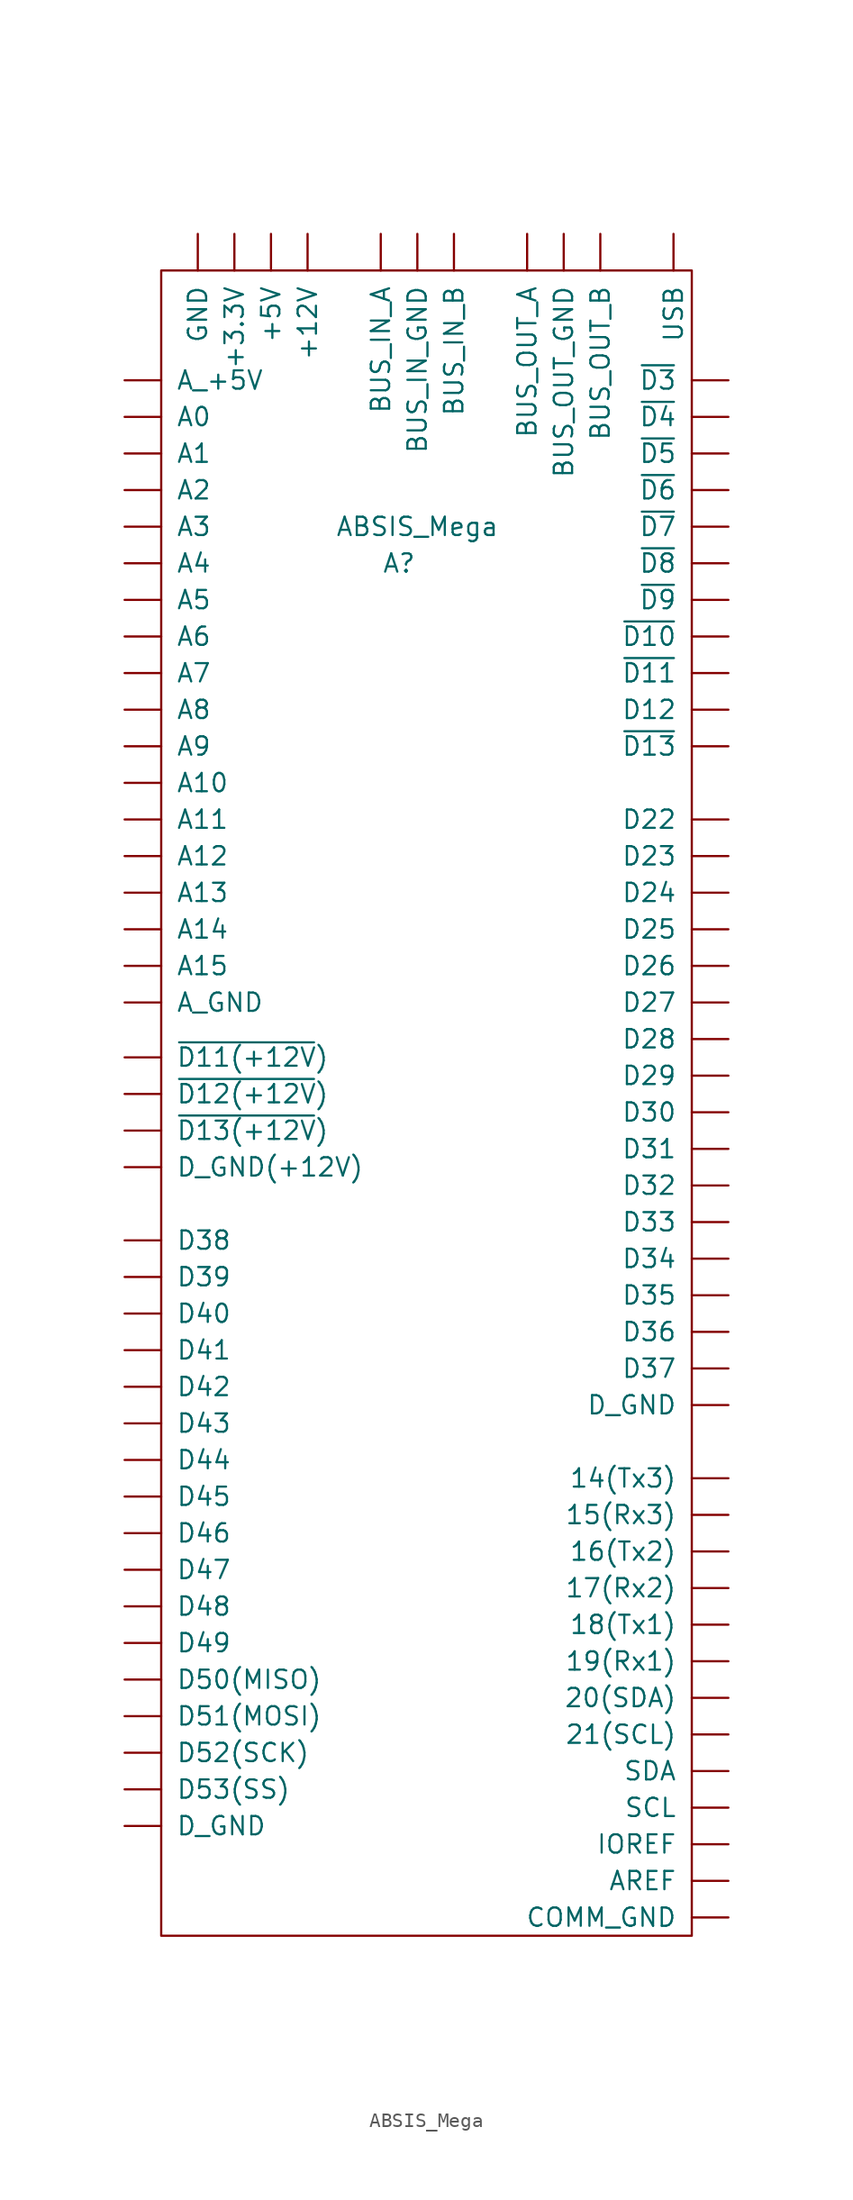
<source format=kicad_sym>
(kicad_symbol_lib
  (version 20211014)
  (generator kicad_symbol_editor)
  (symbol "ABSIS_Mega"
    (pin_names
      (offset 1.016))
    (property "Reference" "A"
      (at -2.54 31.75 0)
      (effects (font (size 1.27 1.27))))
    (property "Value" "ABSIS_Mega"
      (at -1.27 34.29 0)
      (effects (font (size 1.27 1.27))))
    (symbol "ABSIS_Mega_0_0"
      (pin power_in line (at -8.89 54.61 270) (length 2.54) (name "+12V" (effects (font (size 1.27 1.27)))) (number "~" (effects (font (size 1.27 1.27)))))
      (pin power_in line (at -13.97 54.61 270) (length 2.54) (name "+3.3V" (effects (font (size 1.27 1.27)))) (number "~" (effects (font (size 1.27 1.27)))))
      (pin power_in line (at -11.43 54.61 270) (length 2.54) (name "+5V" (effects (font (size 1.27 1.27)))) (number "~" (effects (font (size 1.27 1.27)))))
      (pin bidirectional line (at 20.32 -31.75 180) (length 2.54) (name "14(Tx3)" (effects (font (size 1.27 1.27)))) (number "~" (effects (font (size 1.27 1.27)))))
      (pin bidirectional line (at 20.32 -34.29 180) (length 2.54) (name "15(Rx3)" (effects (font (size 1.27 1.27)))) (number "~" (effects (font (size 1.27 1.27)))))
      (pin bidirectional line (at 20.32 -36.83 180) (length 2.54) (name "16(Tx2)" (effects (font (size 1.27 1.27)))) (number "~" (effects (font (size 1.27 1.27)))))
      (pin bidirectional line (at 20.32 -39.37 180) (length 2.54) (name "17(Rx2)" (effects (font (size 1.27 1.27)))) (number "~" (effects (font (size 1.27 1.27)))))
      (pin bidirectional line (at 20.32 -41.91 180) (length 2.54) (name "18(Tx1)" (effects (font (size 1.27 1.27)))) (number "~" (effects (font (size 1.27 1.27)))))
      (pin bidirectional line (at 20.32 -44.45 180) (length 2.54) (name "19(Rx1)" (effects (font (size 1.27 1.27)))) (number "~" (effects (font (size 1.27 1.27)))))
      (pin bidirectional line (at 20.32 -46.99 180) (length 2.54) (name "20(SDA)" (effects (font (size 1.27 1.27)))) (number "~" (effects (font (size 1.27 1.27)))))
      (pin bidirectional line (at 20.32 -49.53 180) (length 2.54) (name "21(SCL)" (effects (font (size 1.27 1.27)))) (number "~" (effects (font (size 1.27 1.27)))))
      (pin bidirectional line (at -21.59 41.91 0) (length 2.54) (name "A0" (effects (font (size 1.27 1.27)))) (number "~" (effects (font (size 1.27 1.27)))))
      (pin bidirectional line (at -21.59 39.37 0) (length 2.54) (name "A1" (effects (font (size 1.27 1.27)))) (number "~" (effects (font (size 1.27 1.27)))))
      (pin bidirectional line (at -21.59 16.51 0) (length 2.54) (name "A10" (effects (font (size 1.27 1.27)))) (number "~" (effects (font (size 1.27 1.27)))))
      (pin bidirectional line (at -21.59 13.97 0) (length 2.54) (name "A11" (effects (font (size 1.27 1.27)))) (number "~" (effects (font (size 1.27 1.27)))))
      (pin bidirectional line (at -21.59 11.43 0) (length 2.54) (name "A12" (effects (font (size 1.27 1.27)))) (number "~" (effects (font (size 1.27 1.27)))))
      (pin bidirectional line (at -21.59 8.89 0) (length 2.54) (name "A13" (effects (font (size 1.27 1.27)))) (number "~" (effects (font (size 1.27 1.27)))))
      (pin bidirectional line (at -21.59 6.35 0) (length 2.54) (name "A14" (effects (font (size 1.27 1.27)))) (number "~" (effects (font (size 1.27 1.27)))))
      (pin bidirectional line (at -21.59 3.81 0) (length 2.54) (name "A15" (effects (font (size 1.27 1.27)))) (number "~" (effects (font (size 1.27 1.27)))))
      (pin bidirectional line (at -21.59 36.83 0) (length 2.54) (name "A2" (effects (font (size 1.27 1.27)))) (number "~" (effects (font (size 1.27 1.27)))))
      (pin bidirectional line (at -21.59 34.29 0) (length 2.54) (name "A3" (effects (font (size 1.27 1.27)))) (number "~" (effects (font (size 1.27 1.27)))))
      (pin bidirectional line (at -21.59 31.75 0) (length 2.54) (name "A4" (effects (font (size 1.27 1.27)))) (number "~" (effects (font (size 1.27 1.27)))))
      (pin bidirectional line (at -21.59 29.21 0) (length 2.54) (name "A5" (effects (font (size 1.27 1.27)))) (number "~" (effects (font (size 1.27 1.27)))))
      (pin bidirectional line (at -21.59 26.67 0) (length 2.54) (name "A6" (effects (font (size 1.27 1.27)))) (number "~" (effects (font (size 1.27 1.27)))))
      (pin bidirectional line (at -21.59 24.13 0) (length 2.54) (name "A7" (effects (font (size 1.27 1.27)))) (number "~" (effects (font (size 1.27 1.27)))))
      (pin bidirectional line (at -21.59 21.59 0) (length 2.54) (name "A8" (effects (font (size 1.27 1.27)))) (number "~" (effects (font (size 1.27 1.27)))))
      (pin bidirectional line (at -21.59 19.05 0) (length 2.54) (name "A9" (effects (font (size 1.27 1.27)))) (number "~" (effects (font (size 1.27 1.27)))))
      (pin bidirectional line (at 20.32 -59.69 180) (length 2.54) (name "AREF" (effects (font (size 1.27 1.27)))) (number "~" (effects (font (size 1.27 1.27)))))
      (pin power_in line (at -21.59 44.45 0) (length 2.54) (name "A_+5V" (effects (font (size 1.27 1.27)))) (number "~" (effects (font (size 1.27 1.27)))))
      (pin power_out line (at -21.59 1.27 0) (length 2.54) (name "A_GND" (effects (font (size 1.27 1.27)))) (number "~" (effects (font (size 1.27 1.27)))))
      (pin bidirectional line (at -3.81 54.61 270) (length 2.54) (name "BUS_IN_A" (effects (font (size 1.27 1.27)))) (number "~" (effects (font (size 1.27 1.27)))))
      (pin bidirectional line (at 1.27 54.61 270) (length 2.54) (name "BUS_IN_B" (effects (font (size 1.27 1.27)))) (number "~" (effects (font (size 1.27 1.27)))))
      (pin power_out line (at -1.27 54.61 270) (length 2.54) (name "BUS_IN_GND" (effects (font (size 1.27 1.27)))) (number "~" (effects (font (size 1.27 1.27)))))
      (pin bidirectional line (at 6.35 54.61 270) (length 2.54) (name "BUS_OUT_A" (effects (font (size 1.27 1.27)))) (number "~" (effects (font (size 1.27 1.27)))))
      (pin bidirectional line (at 11.43 54.61 270) (length 2.54) (name "BUS_OUT_B" (effects (font (size 1.27 1.27)))) (number "~" (effects (font (size 1.27 1.27)))))
      (pin power_out line (at 8.89 54.61 270) (length 2.54) (name "BUS_OUT_GND" (effects (font (size 1.27 1.27)))) (number "~" (effects (font (size 1.27 1.27)))))
      (pin power_out line (at 20.32 -62.23 180) (length 2.54) (name "COMM_GND" (effects (font (size 1.27 1.27)))) (number "~" (effects (font (size 1.27 1.27)))))
      (pin bidirectional line (at 20.32 21.59 180) (length 2.54) (name "D12" (effects (font (size 1.27 1.27)))) (number "~" (effects (font (size 1.27 1.27)))))
      (pin bidirectional line (at 20.32 13.97 180) (length 2.54) (name "D22" (effects (font (size 1.27 1.27)))) (number "~" (effects (font (size 1.27 1.27)))))
      (pin bidirectional line (at 20.32 11.43 180) (length 2.54) (name "D23" (effects (font (size 1.27 1.27)))) (number "~" (effects (font (size 1.27 1.27)))))
      (pin bidirectional line (at 20.32 8.89 180) (length 2.54) (name "D24" (effects (font (size 1.27 1.27)))) (number "~" (effects (font (size 1.27 1.27)))))
      (pin bidirectional line (at 20.32 6.35 180) (length 2.54) (name "D25" (effects (font (size 1.27 1.27)))) (number "~" (effects (font (size 1.27 1.27)))))
      (pin bidirectional line (at 20.32 3.81 180) (length 2.54) (name "D26" (effects (font (size 1.27 1.27)))) (number "~" (effects (font (size 1.27 1.27)))))
      (pin bidirectional line (at 20.32 1.27 180) (length 2.54) (name "D27" (effects (font (size 1.27 1.27)))) (number "~" (effects (font (size 1.27 1.27)))))
      (pin bidirectional line (at 20.32 -1.27 180) (length 2.54) (name "D28" (effects (font (size 1.27 1.27)))) (number "~" (effects (font (size 1.27 1.27)))))
      (pin bidirectional line (at 20.32 -3.81 180) (length 2.54) (name "D29" (effects (font (size 1.27 1.27)))) (number "~" (effects (font (size 1.27 1.27)))))
      (pin bidirectional line (at 20.32 -6.35 180) (length 2.54) (name "D30" (effects (font (size 1.27 1.27)))) (number "~" (effects (font (size 1.27 1.27)))))
      (pin bidirectional line (at 20.32 -8.89 180) (length 2.54) (name "D31" (effects (font (size 1.27 1.27)))) (number "~" (effects (font (size 1.27 1.27)))))
      (pin bidirectional line (at 20.32 -11.43 180) (length 2.54) (name "D32" (effects (font (size 1.27 1.27)))) (number "~" (effects (font (size 1.27 1.27)))))
      (pin bidirectional line (at 20.32 -13.97 180) (length 2.54) (name "D33" (effects (font (size 1.27 1.27)))) (number "~" (effects (font (size 1.27 1.27)))))
      (pin bidirectional line (at 20.32 -16.51 180) (length 2.54) (name "D34" (effects (font (size 1.27 1.27)))) (number "~" (effects (font (size 1.27 1.27)))))
      (pin bidirectional line (at 20.32 -19.05 180) (length 2.54) (name "D35" (effects (font (size 1.27 1.27)))) (number "~" (effects (font (size 1.27 1.27)))))
      (pin bidirectional line (at 20.32 -21.59 180) (length 2.54) (name "D36" (effects (font (size 1.27 1.27)))) (number "~" (effects (font (size 1.27 1.27)))))
      (pin bidirectional line (at 20.32 -24.13 180) (length 2.54) (name "D37" (effects (font (size 1.27 1.27)))) (number "~" (effects (font (size 1.27 1.27)))))
      (pin bidirectional line (at -21.59 -15.24 0) (length 2.54) (name "D38" (effects (font (size 1.27 1.27)))) (number "~" (effects (font (size 1.27 1.27)))))
      (pin bidirectional line (at -21.59 -17.78 0) (length 2.54) (name "D39" (effects (font (size 1.27 1.27)))) (number "~" (effects (font (size 1.27 1.27)))))
      (pin bidirectional line (at -21.59 -20.32 0) (length 2.54) (name "D40" (effects (font (size 1.27 1.27)))) (number "~" (effects (font (size 1.27 1.27)))))
      (pin bidirectional line (at -21.59 -22.86 0) (length 2.54) (name "D41" (effects (font (size 1.27 1.27)))) (number "~" (effects (font (size 1.27 1.27)))))
      (pin bidirectional line (at -21.59 -25.4 0) (length 2.54) (name "D42" (effects (font (size 1.27 1.27)))) (number "~" (effects (font (size 1.27 1.27)))))
      (pin bidirectional line (at -21.59 -27.94 0) (length 2.54) (name "D43" (effects (font (size 1.27 1.27)))) (number "~" (effects (font (size 1.27 1.27)))))
      (pin bidirectional line (at -21.59 -30.48 0) (length 2.54) (name "D44" (effects (font (size 1.27 1.27)))) (number "~" (effects (font (size 1.27 1.27)))))
      (pin bidirectional line (at -21.59 -33.02 0) (length 2.54) (name "D45" (effects (font (size 1.27 1.27)))) (number "~" (effects (font (size 1.27 1.27)))))
      (pin bidirectional line (at -21.59 -35.56 0) (length 2.54) (name "D46" (effects (font (size 1.27 1.27)))) (number "~" (effects (font (size 1.27 1.27)))))
      (pin bidirectional line (at -21.59 -38.1 0) (length 2.54) (name "D47" (effects (font (size 1.27 1.27)))) (number "~" (effects (font (size 1.27 1.27)))))
      (pin bidirectional line (at -21.59 -40.64 0) (length 2.54) (name "D48" (effects (font (size 1.27 1.27)))) (number "~" (effects (font (size 1.27 1.27)))))
      (pin bidirectional line (at -21.59 -43.18 0) (length 2.54) (name "D49" (effects (font (size 1.27 1.27)))) (number "~" (effects (font (size 1.27 1.27)))))
      (pin bidirectional line (at -21.59 -45.72 0) (length 2.54) (name "D50(MISO)" (effects (font (size 1.27 1.27)))) (number "~" (effects (font (size 1.27 1.27)))))
      (pin bidirectional line (at -21.59 -48.26 0) (length 2.54) (name "D51(MOSI)" (effects (font (size 1.27 1.27)))) (number "~" (effects (font (size 1.27 1.27)))))
      (pin bidirectional line (at -21.59 -50.8 0) (length 2.54) (name "D52(SCK)" (effects (font (size 1.27 1.27)))) (number "~" (effects (font (size 1.27 1.27)))))
      (pin bidirectional line (at -21.59 -53.34 0) (length 2.54) (name "D53(SS)" (effects (font (size 1.27 1.27)))) (number "~" (effects (font (size 1.27 1.27)))))
      (pin power_out line (at -21.59 -55.88 0) (length 2.54) (name "D_GND" (effects (font (size 1.27 1.27)))) (number "~" (effects (font (size 1.27 1.27)))))
      (pin power_out line (at 20.32 -26.67 180) (length 2.54) (name "D_GND" (effects (font (size 1.27 1.27)))) (number "~" (effects (font (size 1.27 1.27)))))
      (pin power_out line (at -21.59 -10.16 0) (length 2.54) (name "D_GND(+12V)" (effects (font (size 1.27 1.27)))) (number "~" (effects (font (size 1.27 1.27)))))
      (pin power_out line (at -16.51 54.61 270) (length 2.54) (name "GND" (effects (font (size 1.27 1.27)))) (number "~" (effects (font (size 1.27 1.27)))))
      (pin bidirectional line (at 20.32 -57.15 180) (length 2.54) (name "IOREF" (effects (font (size 1.27 1.27)))) (number "~" (effects (font (size 1.27 1.27)))))
      (pin bidirectional line (at 20.32 -54.61 180) (length 2.54) (name "SCL" (effects (font (size 1.27 1.27)))) (number "~" (effects (font (size 1.27 1.27)))))
      (pin bidirectional line (at 20.32 -52.07 180) (length 2.54) (name "SDA" (effects (font (size 1.27 1.27)))) (number "~" (effects (font (size 1.27 1.27)))))
      (pin bidirectional line (at 16.51 54.61 270) (length 2.54) (name "USB" (effects (font (size 1.27 1.27)))) (number "~" (effects (font (size 1.27 1.27)))))
      (pin bidirectional line (at 20.32 26.67 180) (length 2.54) (name "~{D10}" (effects (font (size 1.27 1.27)))) (number "~" (effects (font (size 1.27 1.27)))))
      (pin bidirectional line (at -21.59 -2.54 0) (length 2.54) (name "~{D11(+12V})" (effects (font (size 1.27 1.27)))) (number "~" (effects (font (size 1.27 1.27)))))
      (pin bidirectional line (at 20.32 24.13 180) (length 2.54) (name "~{D11}" (effects (font (size 1.27 1.27)))) (number "~" (effects (font (size 1.27 1.27)))))
      (pin bidirectional line (at -21.59 -5.08 0) (length 2.54) (name "~{D12(+12V})" (effects (font (size 1.27 1.27)))) (number "~" (effects (font (size 1.27 1.27)))))
      (pin bidirectional line (at -21.59 -7.62 0) (length 2.54) (name "~{D13(+12V})" (effects (font (size 1.27 1.27)))) (number "~" (effects (font (size 1.27 1.27)))))
      (pin bidirectional line (at 20.32 19.05 180) (length 2.54) (name "~{D13}" (effects (font (size 1.27 1.27)))) (number "~" (effects (font (size 1.27 1.27)))))
      (pin bidirectional line (at 20.32 44.45 180) (length 2.54) (name "~{D3}" (effects (font (size 1.27 1.27)))) (number "~" (effects (font (size 1.27 1.27)))))
      (pin bidirectional line (at 20.32 41.91 180) (length 2.54) (name "~{D4}" (effects (font (size 1.27 1.27)))) (number "~" (effects (font (size 1.27 1.27)))))
      (pin bidirectional line (at 20.32 39.37 180) (length 2.54) (name "~{D5}" (effects (font (size 1.27 1.27)))) (number "~" (effects (font (size 1.27 1.27)))))
      (pin bidirectional line (at 20.32 36.83 180) (length 2.54) (name "~{D6}" (effects (font (size 1.27 1.27)))) (number "~" (effects (font (size 1.27 1.27)))))
      (pin bidirectional line (at 20.32 34.29 180) (length 2.54) (name "~{D7}" (effects (font (size 1.27 1.27)))) (number "~" (effects (font (size 1.27 1.27)))))
      (pin bidirectional line (at 20.32 31.75 180) (length 2.54) (name "~{D8}" (effects (font (size 1.27 1.27)))) (number "~" (effects (font (size 1.27 1.27)))))
      (pin bidirectional line (at 20.32 29.21 180) (length 2.54) (name "~{D9}" (effects (font (size 1.27 1.27)))) (number "~" (effects (font (size 1.27 1.27))))))
    (symbol "ABSIS_Mega_0_1"
      (polyline (pts (xy -19.05 52.07) (xy 17.78 52.07) (xy 17.78 -63.5) (xy -19.05 -63.5) (xy -19.05 52.07)) (stroke (width 0) (type default) (color 0 0 0 0)) (fill (type none))))))
</source>
